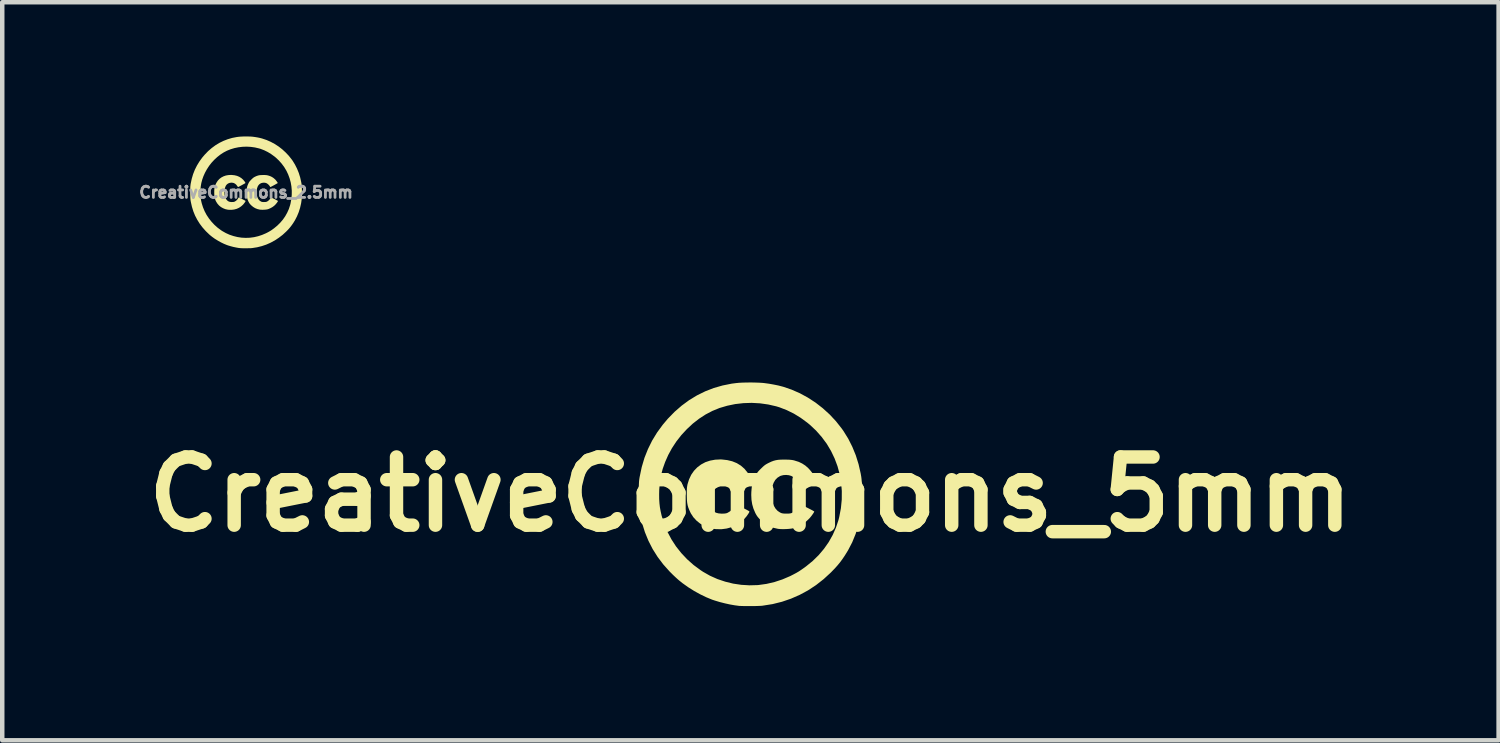
<source format=kicad_pcb>
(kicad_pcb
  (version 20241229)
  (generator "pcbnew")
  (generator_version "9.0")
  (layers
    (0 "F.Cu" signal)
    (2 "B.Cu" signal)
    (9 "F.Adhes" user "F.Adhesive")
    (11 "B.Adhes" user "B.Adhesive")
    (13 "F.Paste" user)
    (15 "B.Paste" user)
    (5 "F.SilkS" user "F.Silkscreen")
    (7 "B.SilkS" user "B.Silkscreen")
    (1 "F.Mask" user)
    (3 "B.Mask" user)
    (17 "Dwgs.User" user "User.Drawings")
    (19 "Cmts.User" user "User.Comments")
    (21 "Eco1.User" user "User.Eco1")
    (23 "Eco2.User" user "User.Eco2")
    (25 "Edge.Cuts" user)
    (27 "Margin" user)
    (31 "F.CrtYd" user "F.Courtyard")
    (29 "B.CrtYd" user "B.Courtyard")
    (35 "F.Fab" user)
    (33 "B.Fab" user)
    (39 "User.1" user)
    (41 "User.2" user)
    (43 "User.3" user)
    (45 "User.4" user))
  (footprint "CreativeCommons_2.5mm"
    (layer "F.Cu")
    (at 2.45 1.25)
    (property "Reference" "CreativeCommons_2.5mm" (at 0 0 0) (layer "F.Fab") (effects (font (size 0.25 0.25) (thickness 0.3))))
    (attr board_only exclude_from_pos_files exclude_from_bom)
    (fp_poly (pts (xy -0.32 -0.389) (xy -0.259 -0.383) (xy -0.202 -0.369) (xy -0.152 -0.348) (xy -0.107 -0.32) (xy -0.067 -0.285) (xy -0.032 -0.243) (xy -0.025 -0.233) (xy -0.018 -0.221) (xy -0.015 -0.211) (xy -0.015 -0.208) (xy -0.019 -0.205) (xy -0.03 -0.198) (xy -0.046 -0.189) (xy -0.066 -0.178) (xy -0.088 -0.166) (xy -0.111 -0.153) (xy -0.133 -0.142) (xy -0.153 -0.131) (xy -0.169 -0.123) (xy -0.178 -0.119) (xy -0.182 -0.122) (xy -0.189 -0.13) (xy -0.197 -0.142) (xy -0.221 -0.173) (xy -0.249 -0.196) (xy -0.281 -0.211) (xy -0.316 -0.217) (xy -0.335 -0.217) (xy -0.372 -0.211) (xy -0.404 -0.197) (xy -0.43 -0.177) (xy -0.452 -0.149) (xy -0.467 -0.113) (xy -0.478 -0.071) (xy -0.482 -0.022) (xy -0.483 -0.007) (xy -0.481 0.042) (xy -0.474 0.084) (xy -0.462 0.121) (xy -0.445 0.152) (xy -0.427 0.175) (xy -0.406 0.193) (xy -0.383 0.206) (xy -0.356 0.213) (xy -0.323 0.216) (xy -0.318 0.216) (xy -0.295 0.215) (xy -0.278 0.214) (xy -0.264 0.21) (xy -0.254 0.206) (xy -0.226 0.189) (xy -0.2 0.165) (xy -0.181 0.138) (xy -0.173 0.125) (xy -0.167 0.116) (xy -0.163 0.114) (xy -0.157 0.116) (xy -0.145 0.121) (xy -0.128 0.129) (xy -0.108 0.139) (xy -0.087 0.15) (xy -0.065 0.161) (xy -0.045 0.171) (xy -0.029 0.18) (xy -0.017 0.187) (xy -0.012 0.191) (xy -0.012 0.191) (xy -0.012 0.197) (xy -0.018 0.209) (xy -0.028 0.225) (xy -0.041 0.242) (xy -0.056 0.261) (xy -0.07 0.277) (xy -0.112 0.314) (xy -0.159 0.345) (xy -0.21 0.368) (xy -0.266 0.383) (xy -0.324 0.39) (xy -0.385 0.389) (xy -0.414 0.386) (xy -0.466 0.374) (xy -0.515 0.354) (xy -0.561 0.328) (xy -0.602 0.295) (xy -0.637 0.256) (xy -0.665 0.213) (xy -0.67 0.204) (xy -0.684 0.175) (xy -0.694 0.148) (xy -0.701 0.122) (xy -0.706 0.095) (xy -0.709 0.064) (xy -0.711 0.028) (xy -0.711 0.007) (xy -0.711 -0.027) (xy -0.71 -0.053) (xy -0.709 -0.074) (xy -0.707 -0.092) (xy -0.704 -0.109) (xy -0.703 -0.111) (xy -0.686 -0.168) (xy -0.661 -0.218) (xy -0.631 -0.263) (xy -0.594 -0.302) (xy -0.551 -0.334) (xy -0.503 -0.359) (xy -0.451 -0.377) (xy -0.394 -0.387) (xy -0.333 -0.39)) (stroke (width 0) (type solid)) (fill yes) (layer "F.SilkS"))
    (fp_poly (pts (xy 0.384 -0.388) (xy 0.415 -0.388) (xy 0.439 -0.387) (xy 0.458 -0.385) (xy 0.475 -0.382) (xy 0.492 -0.378) (xy 0.493 -0.378) (xy 0.539 -0.363) (xy 0.579 -0.344) (xy 0.615 -0.32) (xy 0.647 -0.292) (xy 0.661 -0.278) (xy 0.674 -0.261) (xy 0.687 -0.244) (xy 0.698 -0.229) (xy 0.705 -0.216) (xy 0.708 -0.209) (xy 0.708 -0.208) (xy 0.704 -0.205) (xy 0.693 -0.199) (xy 0.677 -0.19) (xy 0.658 -0.179) (xy 0.636 -0.167) (xy 0.614 -0.155) (xy 0.592 -0.143) (xy 0.573 -0.133) (xy 0.557 -0.125) (xy 0.547 -0.12) (xy 0.543 -0.118) (xy 0.54 -0.122) (xy 0.534 -0.131) (xy 0.53 -0.138) (xy 0.512 -0.162) (xy 0.489 -0.184) (xy 0.465 -0.201) (xy 0.457 -0.205) (xy 0.43 -0.214) (xy 0.399 -0.217) (xy 0.368 -0.214) (xy 0.339 -0.207) (xy 0.332 -0.204) (xy 0.302 -0.186) (xy 0.278 -0.161) (xy 0.259 -0.129) (xy 0.246 -0.09) (xy 0.245 -0.086) (xy 0.241 -0.066) (xy 0.239 -0.039) (xy 0.239 -0.009) (xy 0.239 0.021) (xy 0.241 0.05) (xy 0.244 0.074) (xy 0.247 0.088) (xy 0.262 0.128) (xy 0.281 0.16) (xy 0.304 0.185) (xy 0.332 0.203) (xy 0.334 0.205) (xy 0.346 0.21) (xy 0.358 0.213) (xy 0.373 0.215) (xy 0.393 0.216) (xy 0.402 0.216) (xy 0.425 0.215) (xy 0.441 0.214) (xy 0.454 0.211) (xy 0.466 0.207) (xy 0.47 0.205) (xy 0.492 0.191) (xy 0.514 0.172) (xy 0.532 0.151) (xy 0.543 0.133) (xy 0.549 0.121) (xy 0.555 0.114) (xy 0.557 0.114) (xy 0.564 0.116) (xy 0.576 0.121) (xy 0.593 0.129) (xy 0.613 0.139) (xy 0.635 0.149) (xy 0.657 0.16) (xy 0.677 0.171) (xy 0.694 0.18) (xy 0.707 0.187) (xy 0.713 0.192) (xy 0.714 0.192) (xy 0.711 0.199) (xy 0.704 0.211) (xy 0.694 0.226) (xy 0.682 0.242) (xy 0.669 0.258) (xy 0.66 0.269) (xy 0.627 0.301) (xy 0.587 0.33) (xy 0.543 0.354) (xy 0.499 0.373) (xy 0.477 0.379) (xy 0.456 0.383) (xy 0.428 0.386) (xy 0.397 0.388) (xy 0.365 0.389) (xy 0.335 0.388) (xy 0.311 0.386) (xy 0.309 0.386) (xy 0.254 0.373) (xy 0.204 0.353) (xy 0.158 0.325) (xy 0.115 0.289) (xy 0.113 0.287) (xy 0.094 0.267) (xy 0.08 0.25) (xy 0.069 0.234) (xy 0.058 0.214) (xy 0.053 0.205) (xy 0.033 0.158) (xy 0.02 0.111) (xy 0.012 0.061) (xy 0.01 0.006) (xy 0.011 -0.027) (xy 0.014 -0.074) (xy 0.022 -0.116) (xy 0.033 -0.155) (xy 0.05 -0.194) (xy 0.053 -0.2) (xy 0.063 -0.22) (xy 0.072 -0.236) (xy 0.084 -0.25) (xy 0.098 -0.266) (xy 0.117 -0.286) (xy 0.118 -0.287) (xy 0.138 -0.306) (xy 0.154 -0.321) (xy 0.169 -0.332) (xy 0.185 -0.342) (xy 0.205 -0.352) (xy 0.233 -0.365) (xy 0.259 -0.374) (xy 0.284 -0.381) (xy 0.31 -0.385) (xy 0.34 -0.387) (xy 0.376 -0.388)) (stroke (width 0) (type solid)) (fill yes) (layer "F.SilkS"))
    (fp_poly (pts (xy 0.055 -1.249) (xy 0.099 -1.248) (xy 0.138 -1.245) (xy 0.157 -1.243) (xy 0.208 -1.236) (xy 0.261 -1.227) (xy 0.313 -1.216) (xy 0.359 -1.204) (xy 0.365 -1.202) (xy 0.46 -1.17) (xy 0.553 -1.129) (xy 0.642 -1.081) (xy 0.728 -1.025) (xy 0.809 -0.962) (xy 0.885 -0.892) (xy 0.956 -0.817) (xy 1.02 -0.736) (xy 1.041 -0.707) (xy 1.093 -0.622) (xy 1.139 -0.531) (xy 1.178 -0.435) (xy 1.209 -0.336) (xy 1.232 -0.233) (xy 1.239 -0.195) (xy 1.242 -0.17) (xy 1.245 -0.138) (xy 1.247 -0.101) (xy 1.248 -0.06) (xy 1.249 -0.018) (xy 1.249 0.024) (xy 1.249 0.064) (xy 1.248 0.099) (xy 1.246 0.128) (xy 1.246 0.135) (xy 1.231 0.241) (xy 1.208 0.343) (xy 1.177 0.442) (xy 1.138 0.536) (xy 1.092 0.625) (xy 1.053 0.688) (xy 1.025 0.728) (xy 0.999 0.763) (xy 0.973 0.795) (xy 0.944 0.828) (xy 0.91 0.863) (xy 0.9 0.873) (xy 0.819 0.948) (xy 0.733 1.014) (xy 0.644 1.073) (xy 0.55 1.124) (xy 0.453 1.167) (xy 0.352 1.201) (xy 0.248 1.227) (xy 0.14 1.244) (xy 0.13 1.245) (xy 0.113 1.247) (xy 0.09 1.248) (xy 0.061 1.248) (xy 0.029 1.249) (xy -0.005 1.249) (xy -0.038 1.249) (xy -0.069 1.249) (xy -0.096 1.248) (xy -0.117 1.247) (xy -0.125 1.247) (xy -0.174 1.241) (xy -0.228 1.231) (xy -0.285 1.219) (xy -0.342 1.204) (xy -0.396 1.188) (xy -0.428 1.177) (xy -0.494 1.15) (xy -0.562 1.117) (xy -0.63 1.079) (xy -0.697 1.038) (xy -0.758 0.994) (xy -0.798 0.962) (xy -0.817 0.946) (xy -0.84 0.924) (xy -0.864 0.901) (xy -0.889 0.877) (xy -0.903 0.863) (xy -0.974 0.783) (xy -1.037 0.699) (xy -1.092 0.611) (xy -1.14 0.519) (xy -1.179 0.423) (xy -1.21 0.322) (xy -1.234 0.216) (xy -1.242 0.17) (xy -1.244 0.148) (xy -1.246 0.118) (xy -1.247 0.078) (xy -1.248 0.03) (xy -1.248 0) (xy -1.02 0) (xy -1.019 0.053) (xy -1.016 0.1) (xy -1.011 0.144) (xy -1.004 0.188) (xy -0.993 0.235) (xy -0.991 0.244) (xy -0.963 0.333) (xy -0.927 0.42) (xy -0.883 0.503) (xy -0.831 0.582) (xy -0.772 0.656) (xy -0.707 0.726) (xy -0.635 0.79) (xy -0.557 0.848) (xy -0.529 0.866) (xy -0.451 0.91) (xy -0.369 0.947) (xy -0.282 0.976) (xy -0.193 0.998) (xy -0.102 1.012) (xy -0.011 1.017) (xy 0.08 1.014) (xy 0.091 1.013) (xy 0.18 1.001) (xy 0.27 0.98) (xy 0.358 0.951) (xy 0.442 0.915) (xy 0.444 0.914) (xy 0.482 0.895) (xy 0.513 0.878) (xy 0.542 0.861) (xy 0.572 0.842) (xy 0.603 0.819) (xy 0.623 0.805) (xy 0.696 0.745) (xy 0.763 0.679) (xy 0.823 0.609) (xy 0.875 0.534) (xy 0.919 0.455) (xy 0.956 0.373) (xy 0.984 0.287) (xy 0.993 0.252) (xy 1.011 0.155) (xy 1.021 0.058) (xy 1.022 -0.038) (xy 1.014 -0.132) (xy 0.998 -0.224) (xy 0.973 -0.314) (xy 0.941 -0.401) (xy 0.901 -0.485) (xy 0.853 -0.565) (xy 0.797 -0.641) (xy 0.734 -0.712) (xy 0.664 -0.778) (xy 0.636 -0.801) (xy 0.562 -0.855) (xy 0.485 -0.902) (xy 0.406 -0.941) (xy 0.326 -0.972) (xy 0.289 -0.983) (xy 0.199 -1.004) (xy 0.107 -1.017) (xy 0.014 -1.022) (xy -0.078 -1.019) (xy -0.17 -1.008) (xy -0.259 -0.99) (xy -0.345 -0.964) (xy -0.425 -0.932) (xy -0.5 -0.893) (xy -0.574 -0.845) (xy -0.644 -0.79) (xy -0.71 -0.729) (xy -0.772 -0.662) (xy -0.828 -0.59) (xy -0.877 -0.514) (xy -0.918 -0.439) (xy -0.953 -0.361) (xy -0.98 -0.285) (xy -1 -0.209) (xy -1.013 -0.132) (xy -1.019 -0.051) (xy -1.02 0) (xy -1.248 0) (xy -1.248 -0.005) (xy -1.247 -0.045) (xy -1.247 -0.078) (xy -1.247 -0.105) (xy -1.246 -0.127) (xy -1.244 -0.146) (xy -1.242 -0.164) (xy -1.24 -0.181) (xy -1.237 -0.198) (xy -1.214 -0.305) (xy -1.184 -0.407) (xy -1.145 -0.506) (xy -1.098 -0.6) (xy -1.043 -0.69) (xy -0.98 -0.777) (xy -0.923 -0.844) (xy -0.848 -0.922) (xy -0.768 -0.991) (xy -0.684 -1.053) (xy -0.597 -1.106) (xy -0.505 -1.151) (xy -0.41 -1.188) (xy -0.311 -1.217) (xy -0.208 -1.237) (xy -0.161 -1.243) (xy -0.126 -1.246) (xy -0.085 -1.248) (xy -0.039 -1.25) (xy 0.008 -1.25)) (stroke (width 0) (type solid)) (fill yes) (layer "F.SilkS")))
  (footprint "CreativeCommons_5mm"
    (layer "F.Cu")
    (at 13.723 7.999)
    (property "Reference" "CreativeCommons_5mm" (at 0 0 0) (layer "F.SilkS") (effects (font (size 1.524 1.524) (thickness 0.3))))
    (attr board_only exclude_from_pos_files exclude_from_bom)
    (fp_poly (pts (xy -0.641 -0.779) (xy -0.517 -0.765) (xy -0.405 -0.738) (xy -0.304 -0.697) (xy -0.213 -0.641) (xy -0.133 -0.571) (xy -0.064 -0.486) (xy -0.05 -0.466) (xy -0.037 -0.442) (xy -0.03 -0.423) (xy -0.03 -0.416) (xy -0.038 -0.41) (xy -0.06 -0.396) (xy -0.092 -0.378) (xy -0.132 -0.356) (xy -0.176 -0.331) (xy -0.221 -0.307) (xy -0.266 -0.283) (xy -0.306 -0.263) (xy -0.339 -0.246) (xy -0.356 -0.238) (xy -0.364 -0.244) (xy -0.378 -0.261) (xy -0.394 -0.284) (xy -0.442 -0.346) (xy -0.499 -0.392) (xy -0.562 -0.422) (xy -0.632 -0.434) (xy -0.67 -0.434) (xy -0.744 -0.422) (xy -0.808 -0.395) (xy -0.861 -0.353) (xy -0.903 -0.297) (xy -0.935 -0.227) (xy -0.955 -0.142) (xy -0.964 -0.044) (xy -0.965 -0.014) (xy -0.961 0.084) (xy -0.948 0.169) (xy -0.924 0.241) (xy -0.89 0.304) (xy -0.854 0.35) (xy -0.813 0.387) (xy -0.767 0.412) (xy -0.713 0.426) (xy -0.646 0.432) (xy -0.636 0.432) (xy -0.59 0.431) (xy -0.556 0.427) (xy -0.529 0.421) (xy -0.508 0.412) (xy -0.451 0.377) (xy -0.4 0.329) (xy -0.362 0.275) (xy -0.346 0.25) (xy -0.333 0.232) (xy -0.326 0.227) (xy -0.315 0.231) (xy -0.291 0.242) (xy -0.257 0.258) (xy -0.217 0.278) (xy -0.174 0.3) (xy -0.131 0.322) (xy -0.091 0.342) (xy -0.058 0.36) (xy -0.034 0.374) (xy -0.023 0.381) (xy -0.023 0.381) (xy -0.024 0.395) (xy -0.036 0.418) (xy -0.056 0.449) (xy -0.081 0.485) (xy -0.111 0.521) (xy -0.14 0.553) (xy -0.224 0.629) (xy -0.318 0.689) (xy -0.421 0.735) (xy -0.531 0.765) (xy -0.648 0.78) (xy -0.77 0.778) (xy -0.827 0.771) (xy -0.932 0.748) (xy -1.031 0.709) (xy -1.122 0.655) (xy -1.204 0.589) (xy -1.275 0.512) (xy -1.331 0.426) (xy -1.34 0.408) (xy -1.367 0.349) (xy -1.388 0.296) (xy -1.403 0.245) (xy -1.413 0.191) (xy -1.419 0.129) (xy -1.421 0.056) (xy -1.422 0.014) (xy -1.422 -0.053) (xy -1.42 -0.106) (xy -1.418 -0.148) (xy -1.413 -0.184) (xy -1.407 -0.217) (xy -1.406 -0.223) (xy -1.371 -0.335) (xy -1.323 -0.437) (xy -1.261 -0.526) (xy -1.187 -0.603) (xy -1.102 -0.667) (xy -1.007 -0.718) (xy -0.902 -0.753) (xy -0.788 -0.774) (xy -0.667 -0.78)) (stroke (width 0) (type solid)) (fill yes) (layer "F.SilkS"))
    (fp_poly (pts (xy 0.768 -0.776) (xy 0.83 -0.775) (xy 0.878 -0.773) (xy 0.917 -0.769) (xy 0.951 -0.764) (xy 0.985 -0.756) (xy 0.986 -0.755) (xy 1.079 -0.726) (xy 1.158 -0.688) (xy 1.23 -0.641) (xy 1.294 -0.584) (xy 1.321 -0.555) (xy 1.349 -0.522) (xy 1.375 -0.489) (xy 1.396 -0.458) (xy 1.411 -0.433) (xy 1.416 -0.418) (xy 1.416 -0.416) (xy 1.408 -0.41) (xy 1.386 -0.398) (xy 1.355 -0.38) (xy 1.316 -0.358) (xy 1.273 -0.334) (xy 1.228 -0.31) (xy 1.185 -0.287) (xy 1.146 -0.266) (xy 1.115 -0.25) (xy 1.093 -0.239) (xy 1.086 -0.236) (xy 1.08 -0.243) (xy 1.068 -0.262) (xy 1.06 -0.275) (xy 1.024 -0.324) (xy 0.978 -0.369) (xy 0.929 -0.403) (xy 0.914 -0.411) (xy 0.86 -0.427) (xy 0.798 -0.433) (xy 0.735 -0.429) (xy 0.678 -0.414) (xy 0.663 -0.408) (xy 0.604 -0.371) (xy 0.556 -0.322) (xy 0.519 -0.258) (xy 0.492 -0.18) (xy 0.49 -0.173) (xy 0.483 -0.131) (xy 0.479 -0.078) (xy 0.477 -0.019) (xy 0.478 0.043) (xy 0.482 0.1) (xy 0.488 0.149) (xy 0.494 0.177) (xy 0.524 0.256) (xy 0.562 0.32) (xy 0.608 0.37) (xy 0.664 0.407) (xy 0.669 0.409) (xy 0.693 0.42) (xy 0.717 0.426) (xy 0.746 0.43) (xy 0.786 0.431) (xy 0.805 0.431) (xy 0.85 0.431) (xy 0.882 0.428) (xy 0.908 0.423) (xy 0.931 0.414) (xy 0.941 0.409) (xy 0.985 0.381) (xy 1.028 0.344) (xy 1.064 0.302) (xy 1.086 0.265) (xy 1.098 0.242) (xy 1.111 0.229) (xy 1.115 0.227) (xy 1.127 0.231) (xy 1.152 0.242) (xy 1.186 0.258) (xy 1.226 0.277) (xy 1.27 0.299) (xy 1.313 0.321) (xy 1.354 0.342) (xy 1.388 0.36) (xy 1.413 0.375) (xy 1.426 0.383) (xy 1.427 0.385) (xy 1.422 0.398) (xy 1.408 0.422) (xy 1.387 0.452) (xy 1.363 0.485) (xy 1.338 0.516) (xy 1.32 0.537) (xy 1.253 0.601) (xy 1.173 0.659) (xy 1.087 0.709) (xy 0.998 0.746) (xy 0.955 0.759) (xy 0.911 0.767) (xy 0.855 0.773) (xy 0.793 0.777) (xy 0.73 0.778) (xy 0.671 0.777) (xy 0.623 0.772) (xy 0.619 0.772) (xy 0.509 0.747) (xy 0.408 0.707) (xy 0.316 0.65) (xy 0.231 0.578) (xy 0.226 0.574) (xy 0.188 0.534) (xy 0.16 0.501) (xy 0.137 0.467) (xy 0.115 0.428) (xy 0.106 0.409) (xy 0.067 0.317) (xy 0.04 0.222) (xy 0.024 0.122) (xy 0.019 0.012) (xy 0.021 -0.055) (xy 0.029 -0.149) (xy 0.044 -0.232) (xy 0.067 -0.31) (xy 0.1 -0.389) (xy 0.106 -0.4) (xy 0.126 -0.439) (xy 0.145 -0.471) (xy 0.167 -0.501) (xy 0.195 -0.533) (xy 0.234 -0.572) (xy 0.236 -0.574) (xy 0.276 -0.613) (xy 0.309 -0.642) (xy 0.339 -0.664) (xy 0.371 -0.683) (xy 0.41 -0.703) (xy 0.467 -0.73) (xy 0.518 -0.749) (xy 0.567 -0.762) (xy 0.62 -0.771) (xy 0.68 -0.775) (xy 0.753 -0.776)) (stroke (width 0) (type solid)) (fill yes) (layer "F.SilkS"))
    (fp_poly (pts (xy 0.111 -2.498) (xy 0.199 -2.495) (xy 0.276 -2.49) (xy 0.313 -2.486) (xy 0.416 -2.472) (xy 0.523 -2.453) (xy 0.626 -2.432) (xy 0.718 -2.408) (xy 0.731 -2.405) (xy 0.921 -2.34) (xy 1.106 -2.259) (xy 1.284 -2.162) (xy 1.456 -2.05) (xy 1.618 -1.924) (xy 1.771 -1.785) (xy 1.912 -1.634) (xy 2.04 -1.472) (xy 2.081 -1.414) (xy 2.187 -1.243) (xy 2.278 -1.062) (xy 2.356 -0.871) (xy 2.418 -0.672) (xy 2.465 -0.466) (xy 2.478 -0.391) (xy 2.484 -0.341) (xy 2.489 -0.277) (xy 2.493 -0.202) (xy 2.496 -0.12) (xy 2.498 -0.035) (xy 2.499 0.048) (xy 2.498 0.128) (xy 2.496 0.198) (xy 2.493 0.257) (xy 2.491 0.27) (xy 2.461 0.482) (xy 2.415 0.686) (xy 2.353 0.883) (xy 2.276 1.072) (xy 2.183 1.251) (xy 2.105 1.377) (xy 2.051 1.456) (xy 1.999 1.526) (xy 1.946 1.59) (xy 1.888 1.655) (xy 1.82 1.725) (xy 1.8 1.746) (xy 1.638 1.895) (xy 1.467 2.029) (xy 1.288 2.147) (xy 1.1 2.248) (xy 0.906 2.333) (xy 0.704 2.402) (xy 0.495 2.454) (xy 0.28 2.488) (xy 0.259 2.491) (xy 0.227 2.493) (xy 0.18 2.495) (xy 0.122 2.497) (xy 0.058 2.498) (xy -0.009 2.498) (xy -0.076 2.498) (xy -0.138 2.498) (xy -0.192 2.496) (xy -0.234 2.495) (xy -0.25 2.494) (xy -0.348 2.481) (xy -0.457 2.462) (xy -0.57 2.437) (xy -0.684 2.408) (xy -0.791 2.376) (xy -0.857 2.354) (xy -0.988 2.3) (xy -1.124 2.234) (xy -1.261 2.158) (xy -1.393 2.075) (xy -1.516 1.987) (xy -1.595 1.924) (xy -1.633 1.891) (xy -1.679 1.849) (xy -1.729 1.802) (xy -1.777 1.754) (xy -1.805 1.726) (xy -1.948 1.566) (xy -2.074 1.399) (xy -2.185 1.223) (xy -2.279 1.039) (xy -2.358 0.846) (xy -2.421 0.644) (xy -2.468 0.432) (xy -2.483 0.341) (xy -2.488 0.297) (xy -2.491 0.236) (xy -2.494 0.157) (xy -2.495 0.06) (xy -2.495 0) (xy -2.04 0) (xy -2.039 0.106) (xy -2.033 0.201) (xy -2.023 0.289) (xy -2.007 0.377) (xy -1.986 0.47) (xy -1.981 0.488) (xy -1.926 0.666) (xy -1.854 0.839) (xy -1.766 1.005) (xy -1.663 1.164) (xy -1.545 1.313) (xy -1.414 1.452) (xy -1.27 1.58) (xy -1.114 1.695) (xy -1.058 1.732) (xy -0.903 1.82) (xy -0.737 1.894) (xy -0.564 1.952) (xy -0.386 1.996) (xy -0.204 2.023) (xy -0.021 2.034) (xy 0.161 2.029) (xy 0.182 2.027) (xy 0.361 2.002) (xy 0.54 1.96) (xy 0.716 1.902) (xy 0.884 1.83) (xy 0.889 1.828) (xy 0.963 1.79) (xy 1.027 1.756) (xy 1.085 1.722) (xy 1.143 1.683) (xy 1.207 1.638) (xy 1.245 1.61) (xy 1.392 1.49) (xy 1.526 1.359) (xy 1.645 1.218) (xy 1.75 1.068) (xy 1.839 0.91) (xy 1.912 0.745) (xy 1.969 0.574) (xy 1.986 0.505) (xy 2.023 0.31) (xy 2.042 0.116) (xy 2.043 -0.075) (xy 2.028 -0.263) (xy 1.996 -0.448) (xy 1.947 -0.628) (xy 1.882 -0.802) (xy 1.802 -0.969) (xy 1.706 -1.13) (xy 1.594 -1.281) (xy 1.468 -1.424) (xy 1.327 -1.556) (xy 1.271 -1.602) (xy 1.124 -1.71) (xy 0.971 -1.804) (xy 0.812 -1.882) (xy 0.652 -1.944) (xy 0.577 -1.967) (xy 0.398 -2.008) (xy 0.214 -2.034) (xy 0.029 -2.044) (xy -0.156 -2.038) (xy -0.34 -2.017) (xy -0.518 -1.98) (xy -0.691 -1.929) (xy -0.85 -1.864) (xy -1.001 -1.785) (xy -1.147 -1.69) (xy -1.288 -1.58) (xy -1.42 -1.457) (xy -1.544 -1.323) (xy -1.656 -1.18) (xy -1.755 -1.029) (xy -1.837 -0.878) (xy -1.906 -0.722) (xy -1.96 -0.57) (xy -2 -0.419) (xy -2.025 -0.264) (xy -2.038 -0.101) (xy -2.04 0) (xy -2.495 0) (xy -2.495 -0.009) (xy -2.495 -0.09) (xy -2.494 -0.156) (xy -2.493 -0.209) (xy -2.491 -0.254) (xy -2.489 -0.292) (xy -2.485 -0.327) (xy -2.48 -0.362) (xy -2.474 -0.395) (xy -2.429 -0.609) (xy -2.368 -0.815) (xy -2.29 -1.011) (xy -2.197 -1.2) (xy -2.087 -1.38) (xy -1.96 -1.554) (xy -1.847 -1.688) (xy -1.695 -1.844) (xy -1.535 -1.983) (xy -1.368 -2.106) (xy -1.193 -2.212) (xy -1.01 -2.302) (xy -0.82 -2.376) (xy -0.621 -2.433) (xy -0.416 -2.474) (xy -0.322 -2.486) (xy -0.252 -2.493) (xy -0.169 -2.497) (xy -0.078 -2.499) (xy 0.017 -2.5)) (stroke (width 0) (type solid)) (fill yes) (layer "F.SilkS")))
  (gr_rect
    (start -3 -3)
    (end 30.447 13.497)
    (stroke (width 0.1) (type default))
    (fill no)
    (layer "Edge.Cuts")))
</source>
